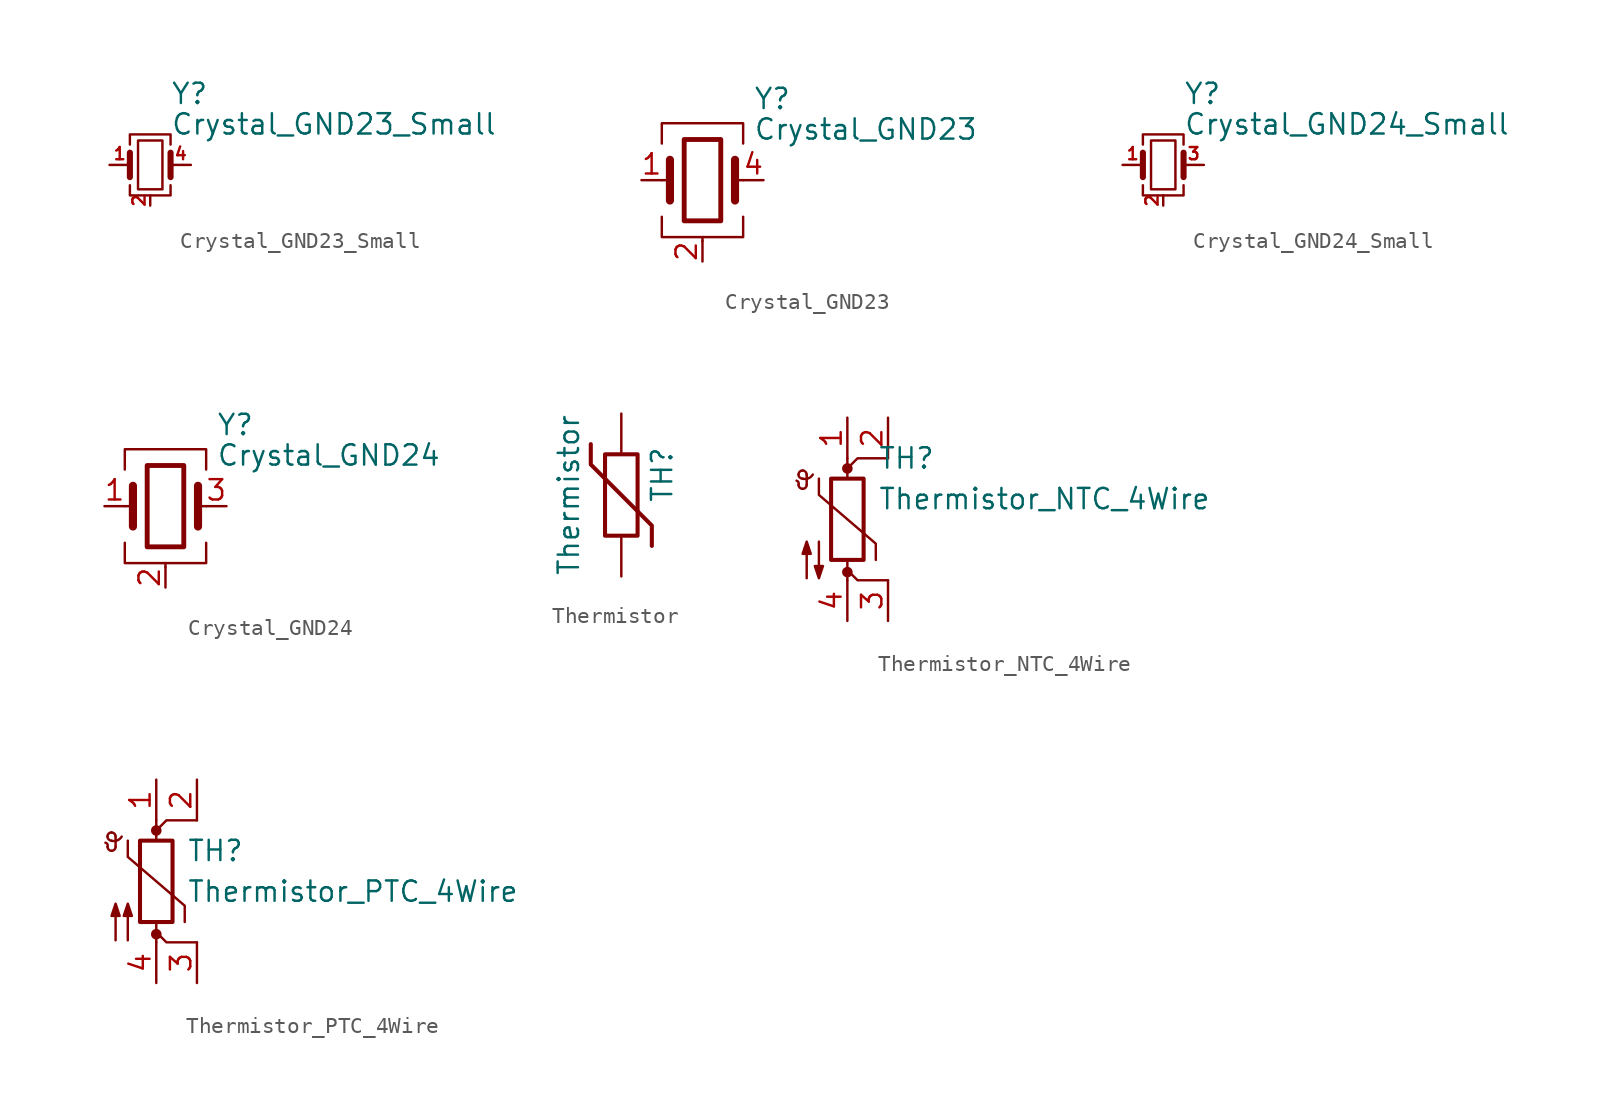
<source format=kicad_sym>
(kicad_symbol_lib
  (version 20241209)
  (generator "kicad_symbol_editor")
  (generator_version "9.0")
  (symbol "Crystal_GND23_Small"
    (pin_names
      (offset 1.016)
      (hide yes))
    (property "Reference" "Y"
      (at 1.27 4.445 0)
      (effects (font (size 1.27 1.27)) (justify left)))
    (property "Value" "Crystal_GND23_Small"
      (at 1.27 2.54 0)
      (effects (font (size 1.27 1.27)) (justify left)))
    (symbol "Crystal_GND23_Small_0_1"
      (polyline (pts (xy -1.27 1.27) (xy -1.27 1.905) (xy 1.27 1.905) (xy 1.27 1.27)) (stroke (width 0) (type default)) (fill (type none)))
      (polyline (pts (xy -1.27 -0.762) (xy -1.27 0.762)) (stroke (width 0.381) (type default)) (fill (type none)))
      (polyline (pts (xy -1.27 -1.27) (xy -1.27 -1.905) (xy 1.27 -1.905) (xy 1.27 -1.27)) (stroke (width 0) (type default)) (fill (type none)))
      (rectangle (start -0.762 1.524) (end 0.762 -1.524) (stroke (width 0.152) (type default)) (fill (type none)))
      (polyline (pts (xy 1.27 -0.762) (xy 1.27 0.762)) (stroke (width 0.381) (type default)) (fill (type none))))
    (symbol "Crystal_GND23_Small_1_1"
      (pin passive line (at -2.54 0 0) (length 1.27) (name "1" (effects (font (size 1.27 1.27)))) (number "1" (effects (font (size 0.762 0.762)))))
      (pin passive line (at 0 -2.54 90) (length 0.635) (name "G" (effects (font (size 1.27 1.27)))) (number "2" (effects (font (size 0.762 0.762)))))
      (pin passive line (at 0 -2.54 90) (length 0.635) (hide yes) (name "G" (effects (font (size 1.27 1.27)))) (number "3" (effects (font (size 0.762 0.762)))))
      (pin passive line (at 2.54 0 180) (length 1.27) (name "4" (effects (font (size 1.27 1.27)))) (number "4" (effects (font (size 0.762 0.762)))))))
  (symbol "Crystal_GND23"
    (pin_names
      (offset 1.016)
      (hide yes))
    (property "Reference" "Y"
      (at 3.175 5.08 0)
      (effects (font (size 1.27 1.27)) (justify left)))
    (property "Value" "Crystal_GND23"
      (at 3.175 3.175 0)
      (effects (font (size 1.27 1.27)) (justify left)))
    (symbol "Crystal_GND23_0_1"
      (polyline (pts (xy -2.54 2.286) (xy -2.54 3.556) (xy 2.54 3.556) (xy 2.54 2.286)) (stroke (width 0) (type default)) (fill (type none)))
      (polyline (pts (xy -2.54 0) (xy -2.032 0)) (stroke (width 0) (type default)) (fill (type none)))
      (polyline (pts (xy -2.54 -2.286) (xy -2.54 -3.556) (xy 2.54 -3.556) (xy 2.54 -2.286)) (stroke (width 0) (type default)) (fill (type none)))
      (polyline (pts (xy -2.032 -1.27) (xy -2.032 1.27)) (stroke (width 0.508) (type default)) (fill (type none)))
      (rectangle (start -1.143 2.54) (end 1.143 -2.54) (stroke (width 0.305) (type default)) (fill (type none)))
      (polyline (pts (xy 0 -3.81) (xy 0 -3.556)) (stroke (width 0) (type default)) (fill (type none)))
      (polyline (pts (xy 2.032 0) (xy 2.54 0)) (stroke (width 0) (type default)) (fill (type none)))
      (polyline (pts (xy 2.032 -1.27) (xy 2.032 1.27)) (stroke (width 0.508) (type default)) (fill (type none))))
    (symbol "Crystal_GND23_1_1"
      (pin passive line (at -3.81 0 0) (length 1.27) (name "1" (effects (font (size 1.27 1.27)))) (number "1" (effects (font (size 1.27 1.27)))))
      (pin passive line (at 0 -5.08 90) (length 1.27) (name "G" (effects (font (size 1.27 1.27)))) (number "2" (effects (font (size 1.27 1.27)))))
      (pin passive line (at 0 -5.08 90) (length 1.27) (hide yes) (name "G" (effects (font (size 1.27 1.27)))) (number "3" (effects (font (size 1.27 1.27)))))
      (pin passive line (at 3.81 0 180) (length 1.27) (name "4" (effects (font (size 1.27 1.27)))) (number "4" (effects (font (size 1.27 1.27)))))))
  (symbol "Crystal_GND24_Small"
    (pin_names
      (offset 1.016)
      (hide yes))
    (property "Reference" "Y"
      (at 1.27 4.445 0)
      (effects (font (size 1.27 1.27)) (justify left)))
    (property "Value" "Crystal_GND24_Small"
      (at 1.27 2.54 0)
      (effects (font (size 1.27 1.27)) (justify left)))
    (symbol "Crystal_GND24_Small_0_1"
      (polyline (pts (xy -1.27 1.27) (xy -1.27 1.905) (xy 1.27 1.905) (xy 1.27 1.27)) (stroke (width 0) (type default)) (fill (type none)))
      (polyline (pts (xy -1.27 -0.762) (xy -1.27 0.762)) (stroke (width 0.381) (type default)) (fill (type none)))
      (polyline (pts (xy -1.27 -1.27) (xy -1.27 -1.905) (xy 1.27 -1.905) (xy 1.27 -1.27)) (stroke (width 0) (type default)) (fill (type none)))
      (rectangle (start -0.762 -1.524) (end 0.762 1.524) (stroke (width 0) (type default)) (fill (type none)))
      (polyline (pts (xy 1.27 -0.762) (xy 1.27 0.762)) (stroke (width 0.381) (type default)) (fill (type none))))
    (symbol "Crystal_GND24_Small_1_1"
      (pin passive line (at -2.54 0 0) (length 1.27) (name "1" (effects (font (size 1.27 1.27)))) (number "1" (effects (font (size 0.762 0.762)))))
      (pin passive line (at 0 -2.54 90) (length 0.635) (name "G" (effects (font (size 1.27 1.27)))) (number "2" (effects (font (size 0.762 0.762)))))
      (pin passive line (at 0 -2.54 90) (length 0.635) (hide yes) (name "G" (effects (font (size 1.27 1.27)))) (number "4" (effects (font (size 0.762 0.762)))))
      (pin passive line (at 2.54 0 180) (length 1.27) (name "3" (effects (font (size 1.27 1.27)))) (number "3" (effects (font (size 0.762 0.762)))))))
  (symbol "Crystal_GND24"
    (pin_names
      (offset 1.016)
      (hide yes))
    (property "Reference" "Y"
      (at 3.175 5.08 0)
      (effects (font (size 1.27 1.27)) (justify left)))
    (property "Value" "Crystal_GND24"
      (at 3.175 3.175 0)
      (effects (font (size 1.27 1.27)) (justify left)))
    (symbol "Crystal_GND24_0_1"
      (polyline (pts (xy -2.54 2.286) (xy -2.54 3.556) (xy 2.54 3.556) (xy 2.54 2.286)) (stroke (width 0) (type default)) (fill (type none)))
      (polyline (pts (xy -2.54 0) (xy -2.032 0)) (stroke (width 0) (type default)) (fill (type none)))
      (polyline (pts (xy -2.54 -2.286) (xy -2.54 -3.556) (xy 2.54 -3.556) (xy 2.54 -2.286)) (stroke (width 0) (type default)) (fill (type none)))
      (polyline (pts (xy -2.032 -1.27) (xy -2.032 1.27)) (stroke (width 0.508) (type default)) (fill (type none)))
      (rectangle (start -1.143 2.54) (end 1.143 -2.54) (stroke (width 0.305) (type default)) (fill (type none)))
      (polyline (pts (xy 0 -3.81) (xy 0 -3.556)) (stroke (width 0) (type default)) (fill (type none)))
      (polyline (pts (xy 2.032 0) (xy 2.54 0)) (stroke (width 0) (type default)) (fill (type none)))
      (polyline (pts (xy 2.032 -1.27) (xy 2.032 1.27)) (stroke (width 0.508) (type default)) (fill (type none))))
    (symbol "Crystal_GND24_1_1"
      (pin passive line (at -3.81 0 0) (length 1.27) (name "1" (effects (font (size 1.27 1.27)))) (number "1" (effects (font (size 1.27 1.27)))))
      (pin passive line (at 0 -5.08 90) (length 1.27) (name "G" (effects (font (size 1.27 1.27)))) (number "2" (effects (font (size 1.27 1.27)))))
      (pin passive line (at 0 -5.08 90) (length 1.27) (hide yes) (name "G" (effects (font (size 1.27 1.27)))) (number "4" (effects (font (size 1.27 1.27)))))
      (pin passive line (at 3.81 0 180) (length 1.27) (name "3" (effects (font (size 1.27 1.27)))) (number "3" (effects (font (size 1.27 1.27)))))))
  (symbol "Thermistor"
    (pin_numbers
      (hide yes))
    (pin_names
      (offset 0))
    (property "Reference" "TH"
      (at 2.54 1.27 90)
      (effects (font (size 1.27 1.27))))
    (property "Value" "Thermistor"
      (at -2.54 0 90)
      (effects (font (size 1.27 1.27)) (justify bottom)))
    (symbol "Thermistor_0_1"
      (polyline (pts (xy -1.905 3.175) (xy -1.905 1.905) (xy 1.905 -1.905) (xy 1.905 -3.175)) (stroke (width 0.254) (type default)) (fill (type none))))
    (symbol "Thermistor_1_1"
      (rectangle (start -1.016 2.54) (end 1.016 -2.54) (stroke (width 0.254) (type solid)) (fill (type none)))
      (pin passive line (at 0 5.08 270) (length 2.54) (name "~" (effects (font (size 1.27 1.27)))) (number "1" (effects (font (size 1.27 1.27)))))
      (pin passive line (at 0 -5.08 90) (length 2.54) (name "~" (effects (font (size 1.27 1.27)))) (number "2" (effects (font (size 1.27 1.27)))))))
  (symbol "Thermistor_NTC_4Wire"
    (pin_names
      (offset 0))
    (property "Reference" "TH"
      (at 1.905 3.81 0)
      (effects (font (size 1.27 1.27)) (justify left)))
    (property "Value" "Thermistor_NTC_4Wire"
      (at 1.905 1.27 0)
      (effects (font (size 1.27 1.27)) (justify left)))
    (symbol "Thermistor_NTC_4Wire_0_1"
      (arc (start -3.175 2.413) (mid -3.0506 2.3165) (end -3.048 2.159) (stroke (width 0) (type default)) (fill (type none)))
      (arc (start -3.048 2.794) (mid -2.9736 2.9736) (end -2.794 3.048) (stroke (width 0) (type default)) (fill (type none)))
      (arc (start -2.794 3.048) (mid -2.6144 2.9736) (end -2.54 2.794) (stroke (width 0) (type default)) (fill (type none)))
      (arc (start -2.794 2.54) (mid -2.9736 2.6144) (end -3.048 2.794) (stroke (width 0) (type default)) (fill (type none)))
      (arc (start -2.794 1.905) (mid -2.9736 1.9794) (end -3.048 2.159) (stroke (width 0) (type default)) (fill (type none)))
      (arc (start -2.54 2.159) (mid -2.6144 1.9794) (end -2.794 1.905) (stroke (width 0) (type default)) (fill (type none)))
      (arc (start -2.159 2.794) (mid -2.434 2.5608) (end -2.794 2.54) (stroke (width 0) (type default)) (fill (type none)))
      (polyline (pts (xy -2.54 2.159) (xy -2.54 2.794)) (stroke (width 0) (type default)) (fill (type none)))
      (polyline (pts (xy -2.54 -3.683) (xy -2.54 -1.397) (xy -2.794 -2.159) (xy -2.286 -2.159) (xy -2.54 -1.397) (xy -2.54 -1.651)) (stroke (width 0) (type default)) (fill (type outline)))
      (polyline (pts (xy -1.778 2.54) (xy -1.778 1.524) (xy 1.778 -1.524) (xy 1.778 -2.54)) (stroke (width 0) (type default)) (fill (type none)))
      (polyline (pts (xy -1.778 -1.397) (xy -1.778 -3.683) (xy -2.032 -2.921) (xy -1.524 -2.921) (xy -1.778 -3.683) (xy -1.778 -3.429)) (stroke (width 0) (type default)) (fill (type outline)))
      (rectangle (start -1.016 2.54) (end 1.016 -2.54) (stroke (width 0.254) (type default)) (fill (type none)))
      (polyline (pts (xy 0 3.81) (xy 0 2.54)) (stroke (width 0) (type default)) (fill (type none)))
      (circle (center 0 3.175) (radius 0.254) (stroke (width 0) (type default)) (fill (type outline)))
      (circle (center 0 -3.302) (radius 0.254) (stroke (width 0) (type default)) (fill (type outline)))
      (polyline (pts (xy 0 -3.81) (xy 0 -2.54)) (stroke (width 0) (type default)) (fill (type none)))
      (polyline (pts (xy 2.54 3.81) (xy 0.635 3.81) (xy 0 3.175)) (stroke (width 0) (type default)) (fill (type none)))
      (polyline (pts (xy 2.54 -3.81) (xy 0.635 -3.81) (xy 0 -3.175)) (stroke (width 0) (type default)) (fill (type none))))
    (symbol "Thermistor_NTC_4Wire_1_1"
      (pin passive line (at 0 6.35 270) (length 2.54) (name "~" (effects (font (size 1.27 1.27)))) (number "1" (effects (font (size 1.27 1.27)))))
      (pin passive line (at 0 -6.35 90) (length 2.54) (name "~" (effects (font (size 1.27 1.27)))) (number "4" (effects (font (size 1.27 1.27)))))
      (pin passive line (at 2.54 6.35 270) (length 2.54) (name "~" (effects (font (size 1.27 1.27)))) (number "2" (effects (font (size 1.27 1.27)))))
      (pin passive line (at 2.54 -6.35 90) (length 2.54) (name "~" (effects (font (size 1.27 1.27)))) (number "3" (effects (font (size 1.27 1.27)))))))
  (symbol "Thermistor_PTC_4Wire"
    (pin_names
      (offset 0))
    (property "Reference" "TH"
      (at 1.905 1.905 0)
      (effects (font (size 1.27 1.27)) (justify left)))
    (property "Value" "Thermistor_PTC_4Wire"
      (at 1.905 -0.635 0)
      (effects (font (size 1.27 1.27)) (justify left)))
    (symbol "Thermistor_PTC_4Wire_0_1"
      (arc (start -3.175 2.413) (mid -3.0506 2.3165) (end -3.048 2.159) (stroke (width 0) (type default)) (fill (type none)))
      (arc (start -3.048 2.794) (mid -2.9736 2.9736) (end -2.794 3.048) (stroke (width 0) (type default)) (fill (type none)))
      (arc (start -2.794 3.048) (mid -2.6144 2.9736) (end -2.54 2.794) (stroke (width 0) (type default)) (fill (type none)))
      (arc (start -2.794 2.54) (mid -2.9736 2.6144) (end -3.048 2.794) (stroke (width 0) (type default)) (fill (type none)))
      (arc (start -2.794 1.905) (mid -2.9736 1.9794) (end -3.048 2.159) (stroke (width 0) (type default)) (fill (type none)))
      (arc (start -2.54 2.159) (mid -2.6144 1.9794) (end -2.794 1.905) (stroke (width 0) (type default)) (fill (type none)))
      (arc (start -2.159 2.794) (mid -2.434 2.5608) (end -2.794 2.54) (stroke (width 0) (type default)) (fill (type none)))
      (polyline (pts (xy -2.54 2.159) (xy -2.54 2.794)) (stroke (width 0) (type default)) (fill (type none)))
      (polyline (pts (xy -2.54 -3.683) (xy -2.54 -1.397) (xy -2.794 -2.159) (xy -2.286 -2.159) (xy -2.54 -1.397) (xy -2.54 -1.651)) (stroke (width 0) (type default)) (fill (type outline)))
      (polyline (pts (xy -1.778 2.54) (xy -1.778 1.524) (xy 1.778 -1.524) (xy 1.778 -2.54)) (stroke (width 0) (type default)) (fill (type none)))
      (polyline (pts (xy -1.778 -3.683) (xy -1.778 -1.397) (xy -2.032 -2.159) (xy -1.524 -2.159) (xy -1.778 -1.397) (xy -1.778 -1.651)) (stroke (width 0) (type default)) (fill (type outline)))
      (rectangle (start -1.016 2.54) (end 1.016 -2.54) (stroke (width 0.254) (type default)) (fill (type none)))
      (polyline (pts (xy 0 3.81) (xy 0 2.54)) (stroke (width 0) (type default)) (fill (type none)))
      (circle (center 0 3.175) (radius 0.254) (stroke (width 0) (type default)) (fill (type outline)))
      (circle (center 0 -3.302) (radius 0.254) (stroke (width 0) (type default)) (fill (type outline)))
      (polyline (pts (xy 0 -3.81) (xy 0 -2.54)) (stroke (width 0) (type default)) (fill (type none)))
      (polyline (pts (xy 2.54 3.81) (xy 0.635 3.81) (xy 0 3.175)) (stroke (width 0) (type default)) (fill (type none)))
      (polyline (pts (xy 2.54 -3.81) (xy 0.635 -3.81) (xy 0 -3.175)) (stroke (width 0) (type default)) (fill (type none))))
    (symbol "Thermistor_PTC_4Wire_1_1"
      (pin passive line (at 0 6.35 270) (length 2.54) (name "~" (effects (font (size 1.27 1.27)))) (number "1" (effects (font (size 1.27 1.27)))))
      (pin passive line (at 0 -6.35 90) (length 2.54) (name "~" (effects (font (size 1.27 1.27)))) (number "4" (effects (font (size 1.27 1.27)))))
      (pin passive line (at 2.54 6.35 270) (length 2.54) (name "~" (effects (font (size 1.27 1.27)))) (number "2" (effects (font (size 1.27 1.27)))))
      (pin passive line (at 2.54 -6.35 90) (length 2.54) (name "~" (effects (font (size 1.27 1.27)))) (number "3" (effects (font (size 1.27 1.27))))))))
</source>
